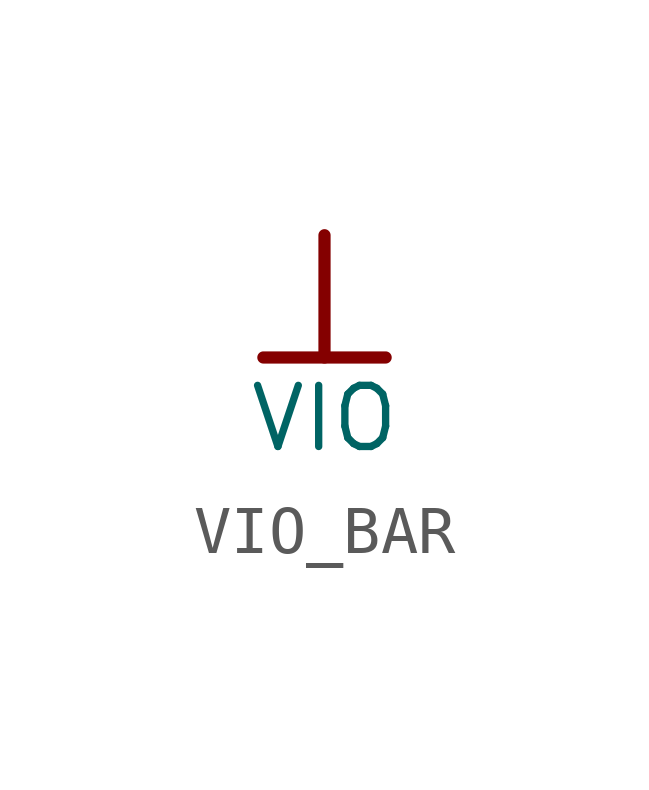
<source format=kicad_sym>
(kicad_symbol_lib
  (version 20241209)
  (generator "kicad_symbol_editor")
  (generator_version "9.0")
  (symbol "VIO_BAR"
    (power)
    (property "Reference" "#PWR"
      (at 0 0 0)
      (effects (font (size 1.27 1.27)) (hide yes)))
    (property "Value" "VIO"
      (at 0 -3.81 0)
      (effects (font (size 1.27 1.27))))
    (symbol "VIO_BAR_0_0"
      (polyline (pts (xy -1.27 -2.54) (xy 1.27 -2.54)) (stroke (width 0.254) (type solid)) (fill (type none)))
      (polyline (pts (xy 0 0) (xy 0 -2.54)) (stroke (width 0.254) (type solid)) (fill (type none)))
      (pin power_in line (at 0 0 0) (length 0) (hide yes) (name "VIO" (effects (font (size 1.27 1.27)))) (number "" (effects (font (size 1.27 1.27))))))))
</source>
